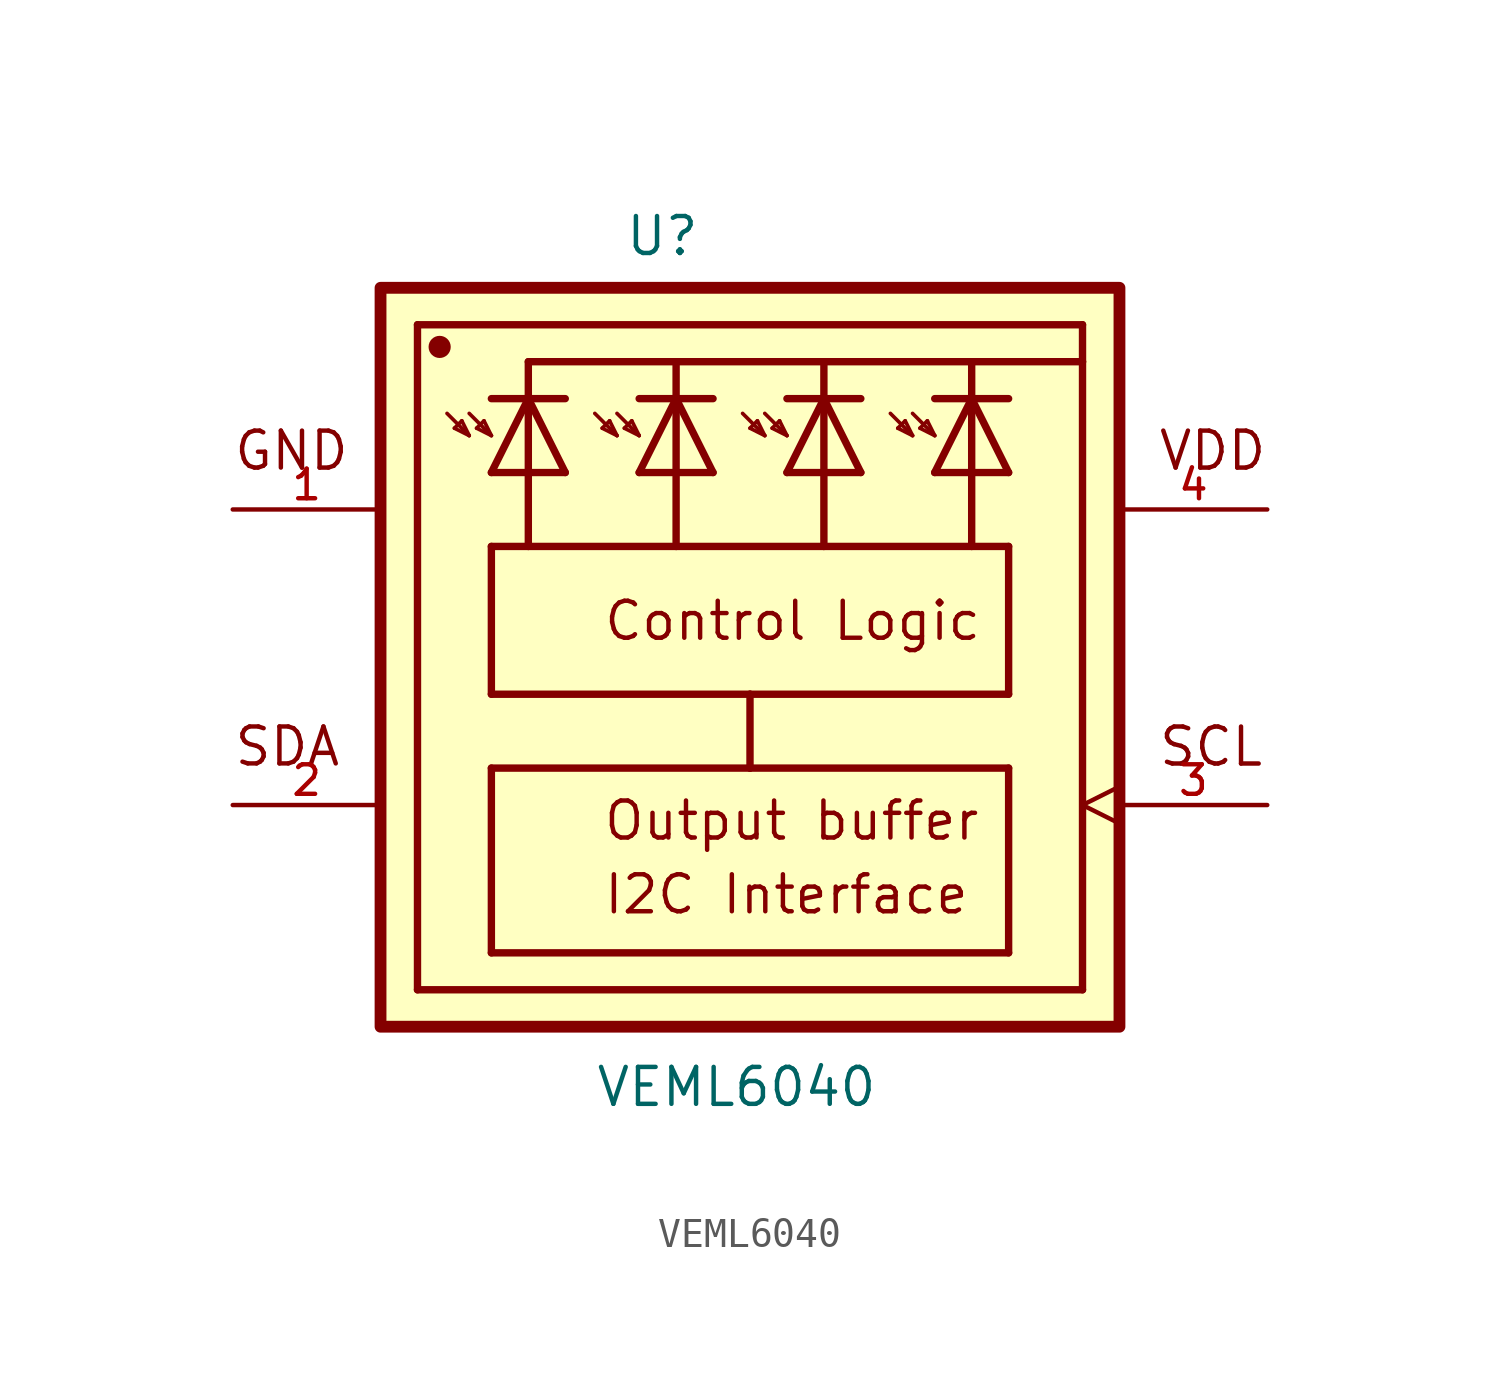
<source format=kicad_sym>
(kicad_symbol_lib
  (version 20231120)
  (generator "kicad_symbol_editor")
  (generator_version "8.0")
  (symbol "VEML6040"
    (pin_names
      (offset 1.016))
    (property "Reference" "U"
      (at -4.324 13.734 0)
      (effects (font (size 1.27 1.27)) (justify left bottom)))
    (property "Value" "VEML6040"
      (at -5.341 -15.514 0)
      (effects (font (size 1.27 1.27)) (justify left bottom)))
    (symbol "VEML6040_0_0"
      (rectangle (start -12.7 -12.7) (end 12.7 12.7) (stroke (width 0.406) (type default)) (fill (type background)))
      (circle (center -10.668 10.668) (radius 0.127) (stroke (width 0.254) (type default)) (fill (type none)))
      (circle (center -10.668 10.668) (radius 0.254) (stroke (width 0.254) (type default)) (fill (type none)))
      (polyline (pts (xy -11.43 -11.43) (xy -11.43 11.43)) (stroke (width 0.254) (type default)) (fill (type none)))
      (polyline (pts (xy -11.43 11.43) (xy 11.43 11.43)) (stroke (width 0.254) (type default)) (fill (type none)))
      (polyline (pts (xy -10.16 7.874) (xy -9.906 8.128)) (stroke (width 0.127) (type default)) (fill (type none)))
      (polyline (pts (xy -9.906 8.128) (xy -9.652 7.62)) (stroke (width 0.127) (type default)) (fill (type none)))
      (polyline (pts (xy -9.652 7.62) (xy -10.414 8.382)) (stroke (width 0.127) (type default)) (fill (type none)))
      (polyline (pts (xy -9.652 7.62) (xy -10.16 7.874)) (stroke (width 0.127) (type default)) (fill (type none)))
      (polyline (pts (xy -9.398 7.874) (xy -9.144 8.128)) (stroke (width 0.127) (type default)) (fill (type none)))
      (polyline (pts (xy -9.144 8.128) (xy -8.89 7.62)) (stroke (width 0.127) (type default)) (fill (type none)))
      (polyline (pts (xy -8.89 -10.16) (xy 8.89 -10.16)) (stroke (width 0.254) (type default)) (fill (type none)))
      (polyline (pts (xy -8.89 -3.81) (xy -8.89 -10.16)) (stroke (width 0.254) (type default)) (fill (type none)))
      (polyline (pts (xy -8.89 -1.27) (xy -8.89 3.81)) (stroke (width 0.254) (type default)) (fill (type none)))
      (polyline (pts (xy -8.89 3.81) (xy -7.62 3.81)) (stroke (width 0.254) (type default)) (fill (type none)))
      (polyline (pts (xy -8.89 6.35) (xy -6.35 6.35)) (stroke (width 0.254) (type default)) (fill (type none)))
      (polyline (pts (xy -8.89 7.62) (xy -9.652 8.382)) (stroke (width 0.127) (type default)) (fill (type none)))
      (polyline (pts (xy -8.89 7.62) (xy -9.398 7.874)) (stroke (width 0.127) (type default)) (fill (type none)))
      (polyline (pts (xy -7.62 3.81) (xy -7.62 8.89)) (stroke (width 0.254) (type default)) (fill (type none)))
      (polyline (pts (xy -7.62 3.81) (xy -2.54 3.81)) (stroke (width 0.254) (type default)) (fill (type none)))
      (polyline (pts (xy -7.62 8.89) (xy -8.89 6.35)) (stroke (width 0.254) (type default)) (fill (type none)))
      (polyline (pts (xy -7.62 8.89) (xy -8.89 8.89)) (stroke (width 0.254) (type default)) (fill (type none)))
      (polyline (pts (xy -7.62 8.89) (xy -7.62 10.16)) (stroke (width 0.254) (type default)) (fill (type none)))
      (polyline (pts (xy -7.62 10.16) (xy -2.54 10.16)) (stroke (width 0.254) (type default)) (fill (type none)))
      (polyline (pts (xy -6.35 6.35) (xy -7.62 8.89)) (stroke (width 0.254) (type default)) (fill (type none)))
      (polyline (pts (xy -6.35 8.89) (xy -7.62 8.89)) (stroke (width 0.254) (type default)) (fill (type none)))
      (polyline (pts (xy -5.08 7.874) (xy -4.826 8.128)) (stroke (width 0.127) (type default)) (fill (type none)))
      (polyline (pts (xy -4.826 8.128) (xy -4.572 7.62)) (stroke (width 0.127) (type default)) (fill (type none)))
      (polyline (pts (xy -4.572 7.62) (xy -5.334 8.382)) (stroke (width 0.127) (type default)) (fill (type none)))
      (polyline (pts (xy -4.572 7.62) (xy -5.08 7.874)) (stroke (width 0.127) (type default)) (fill (type none)))
      (polyline (pts (xy -4.318 7.874) (xy -4.064 8.128)) (stroke (width 0.127) (type default)) (fill (type none)))
      (polyline (pts (xy -4.064 8.128) (xy -3.81 7.62)) (stroke (width 0.127) (type default)) (fill (type none)))
      (polyline (pts (xy -3.81 6.35) (xy -1.27 6.35)) (stroke (width 0.254) (type default)) (fill (type none)))
      (polyline (pts (xy -3.81 7.62) (xy -4.572 8.382)) (stroke (width 0.127) (type default)) (fill (type none)))
      (polyline (pts (xy -3.81 7.62) (xy -4.318 7.874)) (stroke (width 0.127) (type default)) (fill (type none)))
      (polyline (pts (xy -2.54 3.81) (xy -2.54 8.89)) (stroke (width 0.254) (type default)) (fill (type none)))
      (polyline (pts (xy -2.54 3.81) (xy 2.54 3.81)) (stroke (width 0.254) (type default)) (fill (type none)))
      (polyline (pts (xy -2.54 8.89) (xy -3.81 6.35)) (stroke (width 0.254) (type default)) (fill (type none)))
      (polyline (pts (xy -2.54 8.89) (xy -3.81 8.89)) (stroke (width 0.254) (type default)) (fill (type none)))
      (polyline (pts (xy -2.54 8.89) (xy -2.54 10.16)) (stroke (width 0.254) (type default)) (fill (type none)))
      (polyline (pts (xy -2.54 10.16) (xy 2.54 10.16)) (stroke (width 0.254) (type default)) (fill (type none)))
      (polyline (pts (xy -1.27 6.35) (xy -2.54 8.89)) (stroke (width 0.254) (type default)) (fill (type none)))
      (polyline (pts (xy -1.27 8.89) (xy -2.54 8.89)) (stroke (width 0.254) (type default)) (fill (type none)))
      (polyline (pts (xy 0 -3.81) (xy -8.89 -3.81)) (stroke (width 0.254) (type default)) (fill (type none)))
      (polyline (pts (xy 0 -1.27) (xy -8.89 -1.27)) (stroke (width 0.254) (type default)) (fill (type none)))
      (polyline (pts (xy 0 -1.27) (xy 0 -3.81)) (stroke (width 0.254) (type default)) (fill (type none)))
      (polyline (pts (xy 0 7.874) (xy 0.254 8.128)) (stroke (width 0.127) (type default)) (fill (type none)))
      (polyline (pts (xy 0.254 8.128) (xy 0.508 7.62)) (stroke (width 0.127) (type default)) (fill (type none)))
      (polyline (pts (xy 0.508 7.62) (xy -0.254 8.382)) (stroke (width 0.127) (type default)) (fill (type none)))
      (polyline (pts (xy 0.508 7.62) (xy 0 7.874)) (stroke (width 0.127) (type default)) (fill (type none)))
      (polyline (pts (xy 0.762 7.874) (xy 1.016 8.128)) (stroke (width 0.127) (type default)) (fill (type none)))
      (polyline (pts (xy 1.016 8.128) (xy 1.27 7.62)) (stroke (width 0.127) (type default)) (fill (type none)))
      (polyline (pts (xy 1.27 6.35) (xy 3.81 6.35)) (stroke (width 0.254) (type default)) (fill (type none)))
      (polyline (pts (xy 1.27 7.62) (xy 0.508 8.382)) (stroke (width 0.127) (type default)) (fill (type none)))
      (polyline (pts (xy 1.27 7.62) (xy 0.762 7.874)) (stroke (width 0.127) (type default)) (fill (type none)))
      (polyline (pts (xy 2.54 3.81) (xy 2.54 8.89)) (stroke (width 0.254) (type default)) (fill (type none)))
      (polyline (pts (xy 2.54 3.81) (xy 7.62 3.81)) (stroke (width 0.254) (type default)) (fill (type none)))
      (polyline (pts (xy 2.54 8.89) (xy 1.27 6.35)) (stroke (width 0.254) (type default)) (fill (type none)))
      (polyline (pts (xy 2.54 8.89) (xy 1.27 8.89)) (stroke (width 0.254) (type default)) (fill (type none)))
      (polyline (pts (xy 2.54 8.89) (xy 2.54 10.16)) (stroke (width 0.254) (type default)) (fill (type none)))
      (polyline (pts (xy 2.54 10.16) (xy 7.62 10.16)) (stroke (width 0.254) (type default)) (fill (type none)))
      (polyline (pts (xy 3.81 6.35) (xy 2.54 8.89)) (stroke (width 0.254) (type default)) (fill (type none)))
      (polyline (pts (xy 3.81 8.89) (xy 2.54 8.89)) (stroke (width 0.254) (type default)) (fill (type none)))
      (polyline (pts (xy 5.08 7.874) (xy 5.334 8.128)) (stroke (width 0.127) (type default)) (fill (type none)))
      (polyline (pts (xy 5.334 8.128) (xy 5.588 7.62)) (stroke (width 0.127) (type default)) (fill (type none)))
      (polyline (pts (xy 5.588 7.62) (xy 4.826 8.382)) (stroke (width 0.127) (type default)) (fill (type none)))
      (polyline (pts (xy 5.588 7.62) (xy 5.08 7.874)) (stroke (width 0.127) (type default)) (fill (type none)))
      (polyline (pts (xy 5.842 7.874) (xy 6.096 8.128)) (stroke (width 0.127) (type default)) (fill (type none)))
      (polyline (pts (xy 6.096 8.128) (xy 6.35 7.62)) (stroke (width 0.127) (type default)) (fill (type none)))
      (polyline (pts (xy 6.35 6.35) (xy 8.89 6.35)) (stroke (width 0.254) (type default)) (fill (type none)))
      (polyline (pts (xy 6.35 7.62) (xy 5.588 8.382)) (stroke (width 0.127) (type default)) (fill (type none)))
      (polyline (pts (xy 6.35 7.62) (xy 5.842 7.874)) (stroke (width 0.127) (type default)) (fill (type none)))
      (polyline (pts (xy 7.62 3.81) (xy 7.62 8.89)) (stroke (width 0.254) (type default)) (fill (type none)))
      (polyline (pts (xy 7.62 3.81) (xy 8.89 3.81)) (stroke (width 0.254) (type default)) (fill (type none)))
      (polyline (pts (xy 7.62 8.89) (xy 6.35 6.35)) (stroke (width 0.254) (type default)) (fill (type none)))
      (polyline (pts (xy 7.62 8.89) (xy 6.35 8.89)) (stroke (width 0.254) (type default)) (fill (type none)))
      (polyline (pts (xy 7.62 8.89) (xy 7.62 10.16)) (stroke (width 0.254) (type default)) (fill (type none)))
      (polyline (pts (xy 7.62 10.16) (xy 11.43 10.16)) (stroke (width 0.254) (type default)) (fill (type none)))
      (polyline (pts (xy 8.89 -10.16) (xy 8.89 -3.81)) (stroke (width 0.254) (type default)) (fill (type none)))
      (polyline (pts (xy 8.89 -3.81) (xy 0 -3.81)) (stroke (width 0.254) (type default)) (fill (type none)))
      (polyline (pts (xy 8.89 -1.27) (xy 0 -1.27)) (stroke (width 0.254) (type default)) (fill (type none)))
      (polyline (pts (xy 8.89 3.81) (xy 8.89 -1.27)) (stroke (width 0.254) (type default)) (fill (type none)))
      (polyline (pts (xy 8.89 6.35) (xy 7.62 8.89)) (stroke (width 0.254) (type default)) (fill (type none)))
      (polyline (pts (xy 8.89 8.89) (xy 7.62 8.89)) (stroke (width 0.254) (type default)) (fill (type none)))
      (polyline (pts (xy 11.43 -11.43) (xy -11.43 -11.43)) (stroke (width 0.254) (type default)) (fill (type none)))
      (polyline (pts (xy 11.43 10.16) (xy 11.43 -11.43)) (stroke (width 0.254) (type default)) (fill (type none)))
      (polyline (pts (xy 11.43 11.43) (xy 11.43 10.16)) (stroke (width 0.254) (type default)) (fill (type none)))
      (text "GND" (at -17.8 6.357 0) (effects (font (size 1.271 1.271)) (justify left bottom)))
      (text "I2C Interface" (at -5.082 -8.894 0) (effects (font (size 1.271 1.271)) (justify left bottom)))
      (text "Output buffer" (at -5.087 -6.359 0) (effects (font (size 1.272 1.272)) (justify left bottom)))
      (text "SCL" (at 13.992 -3.816 0) (effects (font (size 1.272 1.272)) (justify left bottom)))
      (text "SDA" (at -17.787 -3.812 0) (effects (font (size 1.27 1.27)) (justify left bottom)))
      (text "VDD" (at 13.985 6.357 0) (effects (font (size 1.271 1.271)) (justify left bottom)))
      (pin power_in line (at -17.78 5.08 0) (length 5.08) (name "~" (effects (font (size 1.016 1.016)))) (number "1" (effects (font (size 1.016 1.016)))))
      (pin bidirectional line (at -17.78 -5.08 0) (length 5.08) (name "~" (effects (font (size 1.016 1.016)))) (number "2" (effects (font (size 1.016 1.016)))))
      (pin input clock (at 17.78 -5.08 180) (length 5.08) (name "~" (effects (font (size 1.016 1.016)))) (number "3" (effects (font (size 1.016 1.016)))))
      (pin power_in line (at 17.78 5.08 180) (length 5.08) (name "~" (effects (font (size 1.016 1.016)))) (number "4" (effects (font (size 1.016 1.016))))))
    (symbol "VEML6040_1_0"
      (text "Control Logic" (at -5.083 0.508 0) (effects (font (size 1.271 1.271)) (justify left bottom))))))
</source>
